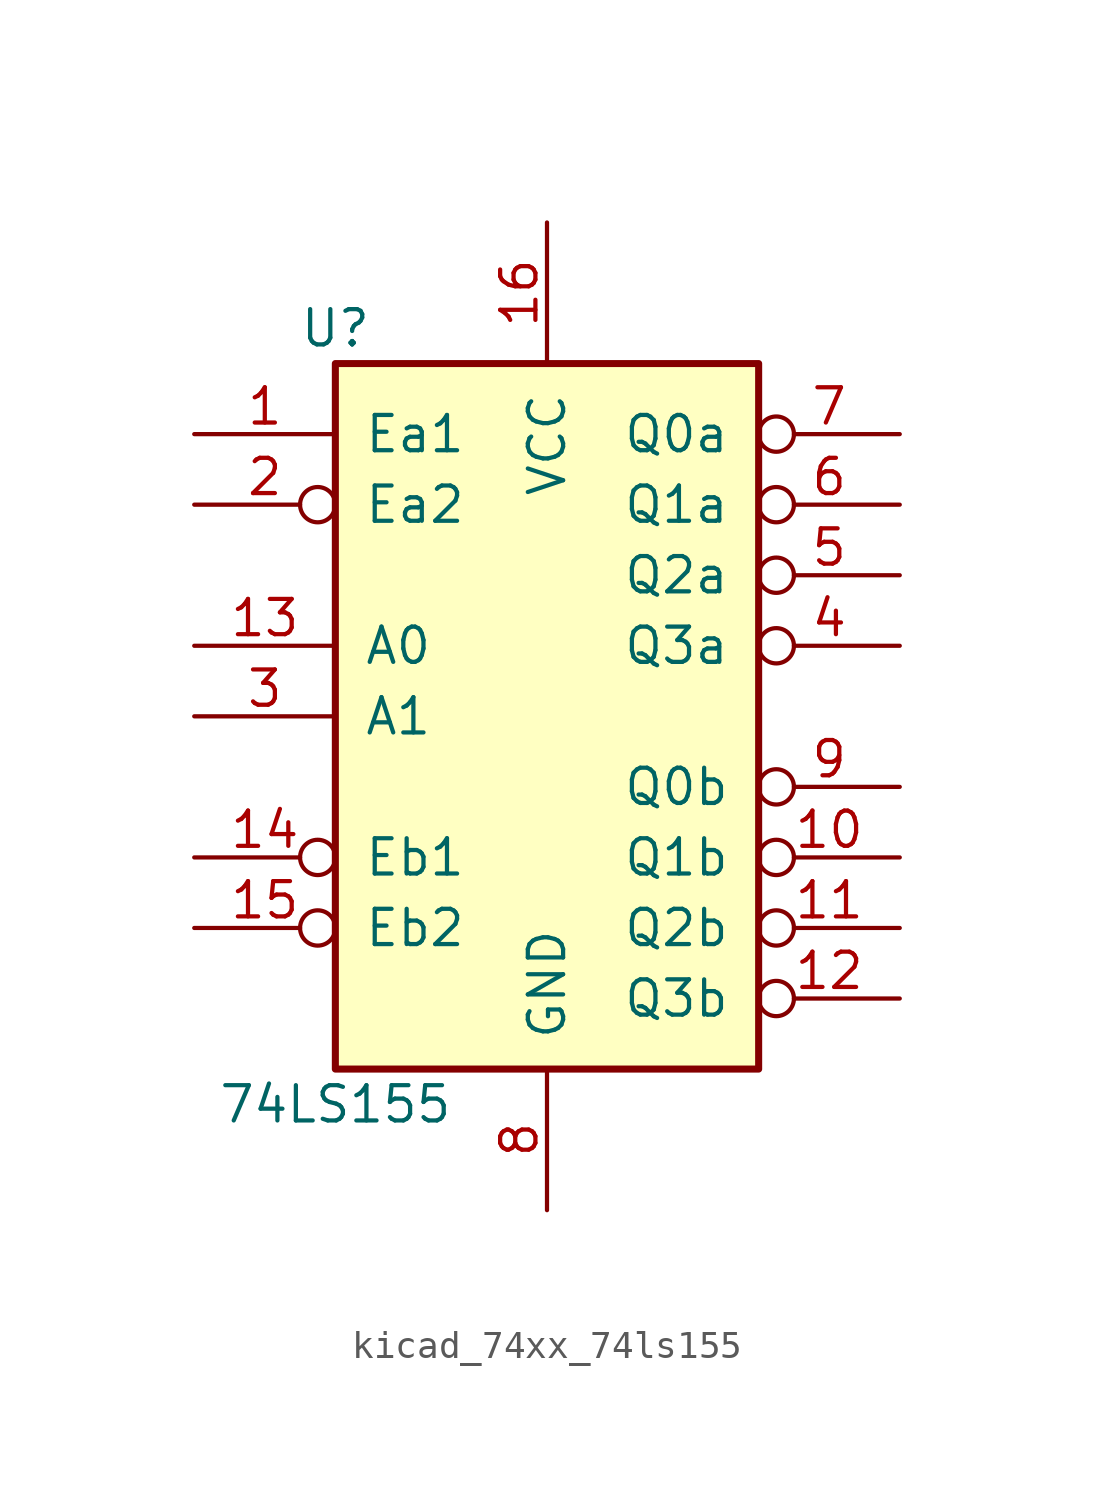
<source format=kicad_sym>
(kicad_symbol_lib
  (version 20220914)
  (generator kicad_symbol_editor)
  (symbol "kicad_74xx_74ls155"
    (pin_names
      (offset 1.016))
    (property "Reference" "U"
      (at -7.62 13.97 0)
      (effects (font (size 1.27 1.27))))
    (property "Value" "74LS155"
      (at -7.62 -13.97 0)
      (effects (font (size 1.27 1.27))))
    (property "ki_locked" ""
      (at 0 0 0)
      (effects (font (size 1.27 1.27))))
    (symbol "kicad_74xx_74ls155_1_0"
      (pin input line (at -12.7 10.16 0) (length 5.08) (name "Ea1" (effects (font (size 1.27 1.27)))) (number "1" (effects (font (size 1.27 1.27)))))
      (pin output inverted (at 12.7 -5.08 180) (length 5.08) (name "Q1b" (effects (font (size 1.27 1.27)))) (number "10" (effects (font (size 1.27 1.27)))))
      (pin output inverted (at 12.7 -7.62 180) (length 5.08) (name "Q2b" (effects (font (size 1.27 1.27)))) (number "11" (effects (font (size 1.27 1.27)))))
      (pin output inverted (at 12.7 -10.16 180) (length 5.08) (name "Q3b" (effects (font (size 1.27 1.27)))) (number "12" (effects (font (size 1.27 1.27)))))
      (pin input line (at -12.7 2.54 0) (length 5.08) (name "A0" (effects (font (size 1.27 1.27)))) (number "13" (effects (font (size 1.27 1.27)))))
      (pin input inverted (at -12.7 -5.08 0) (length 5.08) (name "Eb1" (effects (font (size 1.27 1.27)))) (number "14" (effects (font (size 1.27 1.27)))))
      (pin input inverted (at -12.7 -7.62 0) (length 5.08) (name "Eb2" (effects (font (size 1.27 1.27)))) (number "15" (effects (font (size 1.27 1.27)))))
      (pin power_in line (at 0 17.78 270) (length 5.08) (name "VCC" (effects (font (size 1.27 1.27)))) (number "16" (effects (font (size 1.27 1.27)))))
      (pin input inverted (at -12.7 7.62 0) (length 5.08) (name "Ea2" (effects (font (size 1.27 1.27)))) (number "2" (effects (font (size 1.27 1.27)))))
      (pin input line (at -12.7 0 0) (length 5.08) (name "A1" (effects (font (size 1.27 1.27)))) (number "3" (effects (font (size 1.27 1.27)))))
      (pin output inverted (at 12.7 2.54 180) (length 5.08) (name "Q3a" (effects (font (size 1.27 1.27)))) (number "4" (effects (font (size 1.27 1.27)))))
      (pin output inverted (at 12.7 5.08 180) (length 5.08) (name "Q2a" (effects (font (size 1.27 1.27)))) (number "5" (effects (font (size 1.27 1.27)))))
      (pin output inverted (at 12.7 7.62 180) (length 5.08) (name "Q1a" (effects (font (size 1.27 1.27)))) (number "6" (effects (font (size 1.27 1.27)))))
      (pin output inverted (at 12.7 10.16 180) (length 5.08) (name "Q0a" (effects (font (size 1.27 1.27)))) (number "7" (effects (font (size 1.27 1.27)))))
      (pin power_in line (at 0 -17.78 90) (length 5.08) (name "GND" (effects (font (size 1.27 1.27)))) (number "8" (effects (font (size 1.27 1.27)))))
      (pin output inverted (at 12.7 -2.54 180) (length 5.08) (name "Q0b" (effects (font (size 1.27 1.27)))) (number "9" (effects (font (size 1.27 1.27))))))
    (symbol "kicad_74xx_74ls155_1_1"
      (rectangle (start -7.62 12.7) (end 7.62 -12.7) (stroke (width 0.254) (type default)) (fill (type background))))))
</source>
